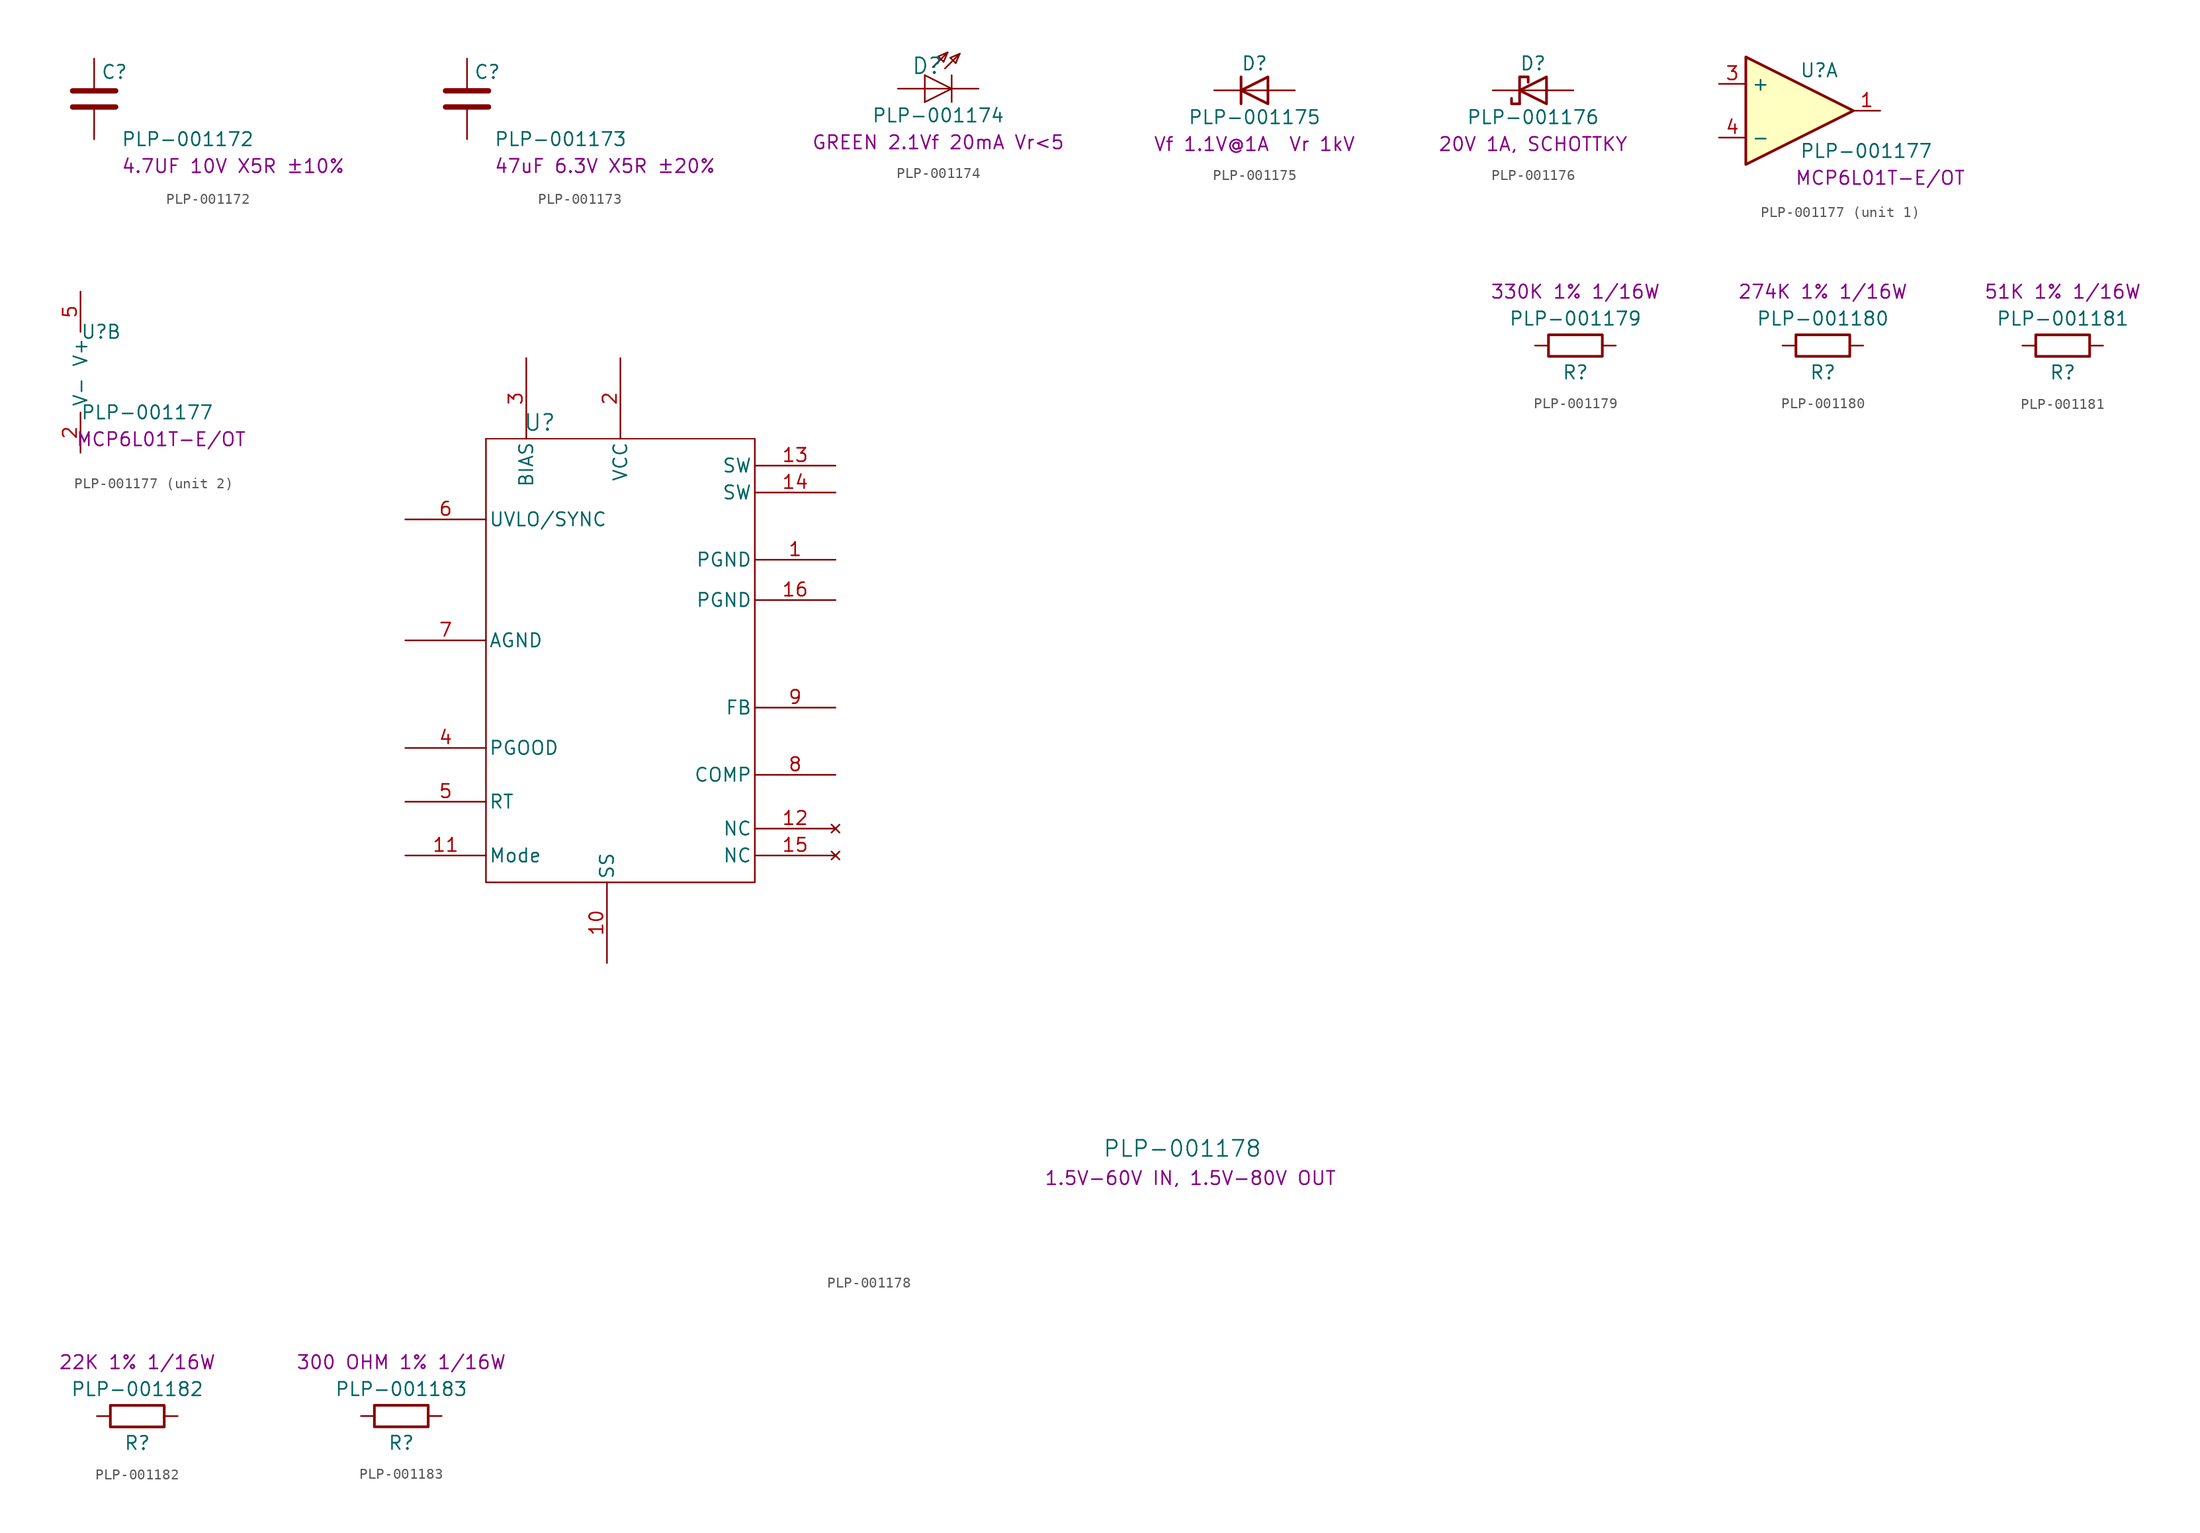
<source format=kicad_sym>
(kicad_symbol_lib
  (version 20241209)
  (generator "kicad_symbol_editor")
  (generator_version "9.0")
  (symbol "PLP-001172"
    (pin_numbers
      (hide yes))
    (pin_names
      (offset 0.254))
    (property "Reference" "C"
      (at 0.635 2.54 0)
      (effects (font (size 1.27 1.27)) (justify left)))
    (property "Value" "PLP-001172"
      (at 2.54 -3.81 0)
      (effects (font (size 1.27 1.27)) (justify left)))
    (property "Info" "4.7UF 10V X5R ±10%"
      (at 2.54 -6.35 0)
      (effects (font (size 1.27 1.27)) (justify left)))
    (symbol "PLP-001172_0_1"
      (polyline (pts (xy -2.032 0.762) (xy 2.032 0.762)) (stroke (width 0.508) (type default)) (fill (type none)))
      (polyline (pts (xy -2.032 -0.762) (xy 2.032 -0.762)) (stroke (width 0.508) (type default)) (fill (type none))))
    (symbol "PLP-001172_1_1"
      (pin passive line (at 0 3.81 270) (length 2.794) (name "~" (effects (font (size 1.27 1.27)))) (number "1" (effects (font (size 1.27 1.27)))))
      (pin passive line (at 0 -3.81 90) (length 2.794) (name "~" (effects (font (size 1.27 1.27)))) (number "2" (effects (font (size 1.27 1.27)))))))
  (symbol "PLP-001173"
    (pin_numbers
      (hide yes))
    (pin_names
      (offset 0.254))
    (property "Reference" "C"
      (at 0.635 2.54 0)
      (effects (font (size 1.27 1.27)) (justify left)))
    (property "Value" "PLP-001173"
      (at 2.54 -3.81 0)
      (effects (font (size 1.27 1.27)) (justify left)))
    (property "Info" "47uF 6.3V X5R ±20%"
      (at 2.54 -6.35 0)
      (effects (font (size 1.27 1.27)) (justify left)))
    (symbol "PLP-001173_0_1"
      (polyline (pts (xy -2.032 0.762) (xy 2.032 0.762)) (stroke (width 0.508) (type default)) (fill (type none)))
      (polyline (pts (xy -2.032 -0.762) (xy 2.032 -0.762)) (stroke (width 0.508) (type default)) (fill (type none))))
    (symbol "PLP-001173_1_1"
      (pin passive line (at 0 3.81 270) (length 2.794) (name "~" (effects (font (size 1.27 1.27)))) (number "1" (effects (font (size 1.27 1.27)))))
      (pin passive line (at 0 -3.81 90) (length 2.794) (name "~" (effects (font (size 1.27 1.27)))) (number "2" (effects (font (size 1.27 1.27)))))))
  (symbol "PLP-001174"
    (pin_names
      (offset 1.016))
    (property "Reference" "D"
      (at -3.81 8.89 0)
      (effects (font (size 1.499 1.499)) (justify left bottom)))
    (property "Value" "PLP-001174"
      (at -1.27 5.08 0)
      (effects (font (size 1.27 1.27))))
    (property "Info" "GREEN 2.1Vf 20mA Vr<5"
      (at -1.27 2.54 0)
      (effects (font (size 1.27 1.27))))
    (symbol "PLP-001174_1_0"
      (polyline (pts (xy -2.54 7.62) (xy -2.54 8.89)) (stroke (width 0) (type default)) (fill (type none)))
      (polyline (pts (xy -2.54 7.62) (xy 0 7.62)) (stroke (width 0) (type default)) (fill (type none)))
      (polyline (pts (xy -2.54 6.35) (xy -2.54 7.62)) (stroke (width 0) (type default)) (fill (type none)))
      (polyline (pts (xy -2.54 6.35) (xy 0 7.62)) (stroke (width 0) (type default)) (fill (type none)))
      (polyline (pts (xy -1.778 9.652) (xy -0.381 11.049)) (stroke (width 0) (type default)) (fill (type none)))
      (polyline (pts (xy -1.27 10.668) (xy -0.381 11.049)) (stroke (width 0) (type default)) (fill (type none)))
      (polyline (pts (xy -0.762 10.16) (xy -1.27 10.668)) (stroke (width 0) (type default)) (fill (type none)))
      (polyline (pts (xy -0.635 9.525) (xy 0.762 10.922)) (stroke (width 0) (type default)) (fill (type none)))
      (polyline (pts (xy -0.381 11.049) (xy -0.762 10.16)) (stroke (width 0) (type default)) (fill (type none)))
      (polyline (pts (xy -0.127 10.541) (xy 0.762 10.922)) (stroke (width 0) (type default)) (fill (type none)))
      (polyline (pts (xy 0 7.62) (xy -2.54 8.89)) (stroke (width 0) (type default)) (fill (type none)))
      (polyline (pts (xy 0 7.62) (xy 0 8.89)) (stroke (width 0) (type default)) (fill (type none)))
      (polyline (pts (xy 0 6.35) (xy 0 7.62)) (stroke (width 0) (type default)) (fill (type none)))
      (polyline (pts (xy 0.381 10.033) (xy -0.127 10.541)) (stroke (width 0) (type default)) (fill (type none)))
      (polyline (pts (xy 0.762 10.922) (xy 0.381 10.033)) (stroke (width 0) (type default)) (fill (type none)))
      (pin passive line (at -5.08 7.62 0) (length 2.54) (name "A" (effects (font (size 0 0)))) (number "A" (effects (font (size 0 0)))))
      (pin passive line (at 2.54 7.62 180) (length 2.54) (name "C" (effects (font (size 0 0)))) (number "C" (effects (font (size 0 0)))))))
  (symbol "PLP-001175"
    (pin_numbers
      (hide yes))
    (pin_names
      (offset 1.016)
      (hide yes))
    (property "Reference" "D"
      (at 0 2.54 0)
      (effects (font (size 1.27 1.27))))
    (property "Value" "PLP-001175"
      (at 0 -2.54 0)
      (effects (font (size 1.27 1.27))))
    (property "Info" "Vf 1.1V@1A  Vr 1kV"
      (at 0 -5.08 0)
      (effects (font (size 1.27 1.27))))
    (symbol "PLP-001175_0_1"
      (polyline (pts (xy -1.27 1.27) (xy -1.27 -1.27)) (stroke (width 0.254) (type default)) (fill (type none)))
      (polyline (pts (xy 1.27 1.27) (xy 1.27 -1.27) (xy -1.27 0) (xy 1.27 1.27)) (stroke (width 0.254) (type default)) (fill (type none)))
      (polyline (pts (xy 1.27 0) (xy -1.27 0)) (stroke (width 0) (type default)) (fill (type none))))
    (symbol "PLP-001175_1_1"
      (pin passive line (at -3.81 0 0) (length 2.54) (name "K" (effects (font (size 1.27 1.27)))) (number "1" (effects (font (size 1.27 1.27)))))
      (pin passive line (at 3.81 0 180) (length 2.54) (name "A" (effects (font (size 1.27 1.27)))) (number "2" (effects (font (size 1.27 1.27)))))))
  (symbol "PLP-001176"
    (pin_numbers
      (hide yes))
    (pin_names
      (offset 1.016)
      (hide yes))
    (property "Reference" "D"
      (at 0 2.54 0)
      (effects (font (size 1.27 1.27))))
    (property "Value" "PLP-001176"
      (at 0 -2.54 0)
      (effects (font (size 1.27 1.27))))
    (property "Info" "20V 1A, SCHOTTKY"
      (at 0 -5.08 0)
      (effects (font (size 1.27 1.27))))
    (symbol "PLP-001176_0_1"
      (polyline (pts (xy -1.27 1.27) (xy -1.27 -1.27)) (stroke (width 0.254) (type default)) (fill (type none)))
      (polyline (pts (xy -1.27 -1.27) (xy -2.032 -1.27) (xy -2.032 -0.762)) (stroke (width 0.254) (type default)) (fill (type none)))
      (polyline (pts (xy -1.219 1.27) (xy -0.457 1.27) (xy -0.457 0.762)) (stroke (width 0.254) (type default)) (fill (type none)))
      (polyline (pts (xy 1.27 1.27) (xy 1.27 -1.27) (xy -1.27 0) (xy 1.27 1.27)) (stroke (width 0.254) (type default)) (fill (type none)))
      (polyline (pts (xy 1.27 0) (xy -1.27 0)) (stroke (width 0) (type default)) (fill (type none))))
    (symbol "PLP-001176_1_1"
      (pin passive line (at -3.81 0 0) (length 2.54) (name "K" (effects (font (size 1.27 1.27)))) (number "1" (effects (font (size 1.27 1.27)))))
      (pin passive line (at 3.81 0 180) (length 2.54) (name "A" (effects (font (size 1.27 1.27)))) (number "2" (effects (font (size 1.27 1.27)))))))
  (symbol "PLP-001177"
    (property "Reference" "U"
      (at 0 3.81 0)
      (effects (font (size 1.27 1.27)) (justify left)))
    (property "Value" "PLP-001177"
      (at 0 -3.81 0)
      (effects (font (size 1.27 1.27)) (justify left)))
    (property "Info" "MCP6L01T-E/OT"
      (at 7.62 -6.35 0)
      (effects (font (size 1.27 1.27))))
    (property "ki_locked" ""
      (at 0 0 0)
      (effects (font (size 1.27 1.27))))
    (symbol "PLP-001177_1_1"
      (polyline (pts (xy -5.08 5.08) (xy 5.08 0) (xy -5.08 -5.08) (xy -5.08 5.08)) (stroke (width 0.254) (type default)) (fill (type background)))
      (pin input line (at -7.62 2.54 0) (length 2.54) (name "+" (effects (font (size 1.27 1.27)))) (number "3" (effects (font (size 1.27 1.27)))))
      (pin input line (at -7.62 -2.54 0) (length 2.54) (name "-" (effects (font (size 1.27 1.27)))) (number "4" (effects (font (size 1.27 1.27)))))
      (pin output line (at 7.62 0 180) (length 2.54) (name "~" (effects (font (size 1.27 1.27)))) (number "1" (effects (font (size 1.27 1.27))))))
    (symbol "PLP-001177_2_1"
      (pin power_in line (at 0 7.62 270) (length 3.81) (name "V+" (effects (font (size 1.27 1.27)))) (number "5" (effects (font (size 1.27 1.27)))))
      (pin power_in line (at 0 -7.62 90) (length 3.81) (name "V-" (effects (font (size 1.27 1.27)))) (number "2" (effects (font (size 1.27 1.27)))))))
  (symbol "PLP-001178"
    (pin_names
      (offset 0.254))
    (property "Reference" "U"
      (at 12.7 6.604 0)
      (effects (font (size 1.524 1.524))))
    (property "Value" "PLP-001178"
      (at 73.406 -61.976 0)
      (effects (font (size 1.524 1.524))))
    (property "Info" "1.5V-60V IN, 1.5V-80V OUT"
      (at 74.168 -64.77 0)
      (effects (font (size 1.27 1.27))))
    (symbol "PLP-001178_0_1"
      (polyline (pts (xy 7.62 5.08) (xy 7.62 -36.83) (xy 33.02 -36.83) (xy 33.02 5.08)) (stroke (width 0) (type default)) (fill (type none)))
      (polyline (pts (xy 33.02 5.08) (xy 7.62 5.08)) (stroke (width 0.127) (type default)) (fill (type none)))
      (pin unspecified line (at 0 -2.54 0) (length 7.62) (name "UVLO/SYNC" (effects (font (size 1.27 1.27)))) (number "6" (effects (font (size 1.27 1.27)))))
      (pin unspecified line (at 0 -13.97 0) (length 7.62) (name "AGND" (effects (font (size 1.27 1.27)))) (number "7" (effects (font (size 1.27 1.27)))))
      (pin unspecified line (at 0 -24.13 0) (length 7.62) (name "PGOOD" (effects (font (size 1.27 1.27)))) (number "4" (effects (font (size 1.27 1.27)))))
      (pin unspecified line (at 0 -29.21 0) (length 7.62) (name "RT" (effects (font (size 1.27 1.27)))) (number "5" (effects (font (size 1.27 1.27)))))
      (pin unspecified line (at 0 -34.29 0) (length 7.62) (name "Mode" (effects (font (size 1.27 1.27)))) (number "11" (effects (font (size 1.27 1.27)))))
      (pin unspecified line (at 11.43 12.7 270) (length 7.62) (name "BIAS" (effects (font (size 1.27 1.27)))) (number "3" (effects (font (size 1.27 1.27)))))
      (pin unspecified line (at 19.05 -44.45 90) (length 7.62) (name "SS" (effects (font (size 1.27 1.27)))) (number "10" (effects (font (size 1.27 1.27)))))
      (pin unspecified line (at 20.32 12.7 270) (length 7.62) (name "VCC" (effects (font (size 1.27 1.27)))) (number "2" (effects (font (size 1.27 1.27)))))
      (pin unspecified line (at 40.64 2.54 180) (length 7.62) (name "SW" (effects (font (size 1.27 1.27)))) (number "13" (effects (font (size 1.27 1.27)))))
      (pin unspecified line (at 40.64 0 180) (length 7.62) (name "SW" (effects (font (size 1.27 1.27)))) (number "14" (effects (font (size 1.27 1.27)))))
      (pin power_out line (at 40.64 -6.35 180) (length 7.62) (name "PGND" (effects (font (size 1.27 1.27)))) (number "1" (effects (font (size 1.27 1.27)))))
      (pin power_out line (at 40.64 -10.16 180) (length 7.62) (name "PGND" (effects (font (size 1.27 1.27)))) (number "16" (effects (font (size 1.27 1.27)))))
      (pin unspecified line (at 40.64 -20.32 180) (length 7.62) (name "FB" (effects (font (size 1.27 1.27)))) (number "9" (effects (font (size 1.27 1.27)))))
      (pin unspecified line (at 40.64 -26.67 180) (length 7.62) (name "COMP" (effects (font (size 1.27 1.27)))) (number "8" (effects (font (size 1.27 1.27)))))
      (pin no_connect line (at 40.64 -31.75 180) (length 7.62) (name "NC" (effects (font (size 1.27 1.27)))) (number "12" (effects (font (size 1.27 1.27)))))
      (pin no_connect line (at 40.64 -34.29 180) (length 7.62) (name "NC" (effects (font (size 1.27 1.27)))) (number "15" (effects (font (size 1.27 1.27)))))))
  (symbol "PLP-001179"
    (pin_numbers
      (hide yes))
    (pin_names
      (offset 0))
    (property "Reference" "R"
      (at 2.54 -5.08 0)
      (effects (font (size 1.27 1.27))))
    (property "Value" "PLP-001179"
      (at 2.54 0 0)
      (effects (font (size 1.27 1.27))))
    (property "Info" "330K 1% 1/16W"
      (at 2.54 2.54 0)
      (effects (font (size 1.27 1.27))))
    (symbol "PLP-001179_0_1"
      (rectangle (start 5.08 -3.556) (end 0 -1.524) (stroke (width 0.254) (type default)) (fill (type none))))
    (symbol "PLP-001179_1_1"
      (pin passive line (at -1.27 -2.54 0) (length 1.27) (name "~" (effects (font (size 1.27 1.27)))) (number "1" (effects (font (size 1.27 1.27)))))
      (pin passive line (at 6.35 -2.54 180) (length 1.27) (name "~" (effects (font (size 1.27 1.27)))) (number "2" (effects (font (size 1.27 1.27)))))))
  (symbol "PLP-001180"
    (pin_numbers
      (hide yes))
    (pin_names
      (offset 0))
    (property "Reference" "R"
      (at 2.54 -5.08 0)
      (effects (font (size 1.27 1.27))))
    (property "Value" "PLP-001180"
      (at 2.54 0 0)
      (effects (font (size 1.27 1.27))))
    (property "Info" "274K 1% 1/16W"
      (at 2.54 2.54 0)
      (effects (font (size 1.27 1.27))))
    (symbol "PLP-001180_0_1"
      (rectangle (start 5.08 -3.556) (end 0 -1.524) (stroke (width 0.254) (type default)) (fill (type none))))
    (symbol "PLP-001180_1_1"
      (pin passive line (at -1.27 -2.54 0) (length 1.27) (name "~" (effects (font (size 1.27 1.27)))) (number "1" (effects (font (size 1.27 1.27)))))
      (pin passive line (at 6.35 -2.54 180) (length 1.27) (name "~" (effects (font (size 1.27 1.27)))) (number "2" (effects (font (size 1.27 1.27)))))))
  (symbol "PLP-001181"
    (pin_numbers
      (hide yes))
    (pin_names
      (offset 0))
    (property "Reference" "R"
      (at 2.54 -5.08 0)
      (effects (font (size 1.27 1.27))))
    (property "Value" "PLP-001181"
      (at 2.54 0 0)
      (effects (font (size 1.27 1.27))))
    (property "Info" "51K 1% 1/16W"
      (at 2.54 2.54 0)
      (effects (font (size 1.27 1.27))))
    (symbol "PLP-001181_0_1"
      (rectangle (start 5.08 -3.556) (end 0 -1.524) (stroke (width 0.254) (type default)) (fill (type none))))
    (symbol "PLP-001181_1_1"
      (pin passive line (at -1.27 -2.54 0) (length 1.27) (name "~" (effects (font (size 1.27 1.27)))) (number "1" (effects (font (size 1.27 1.27)))))
      (pin passive line (at 6.35 -2.54 180) (length 1.27) (name "~" (effects (font (size 1.27 1.27)))) (number "2" (effects (font (size 1.27 1.27)))))))
  (symbol "PLP-001182"
    (pin_numbers
      (hide yes))
    (pin_names
      (offset 0))
    (property "Reference" "R"
      (at 2.54 -5.08 0)
      (effects (font (size 1.27 1.27))))
    (property "Value" "PLP-001182"
      (at 2.54 0 0)
      (effects (font (size 1.27 1.27))))
    (property "Info" "22K 1% 1/16W"
      (at 2.54 2.54 0)
      (effects (font (size 1.27 1.27))))
    (symbol "PLP-001182_0_1"
      (rectangle (start 5.08 -3.556) (end 0 -1.524) (stroke (width 0.254) (type default)) (fill (type none))))
    (symbol "PLP-001182_1_1"
      (pin passive line (at -1.27 -2.54 0) (length 1.27) (name "~" (effects (font (size 1.27 1.27)))) (number "1" (effects (font (size 1.27 1.27)))))
      (pin passive line (at 6.35 -2.54 180) (length 1.27) (name "~" (effects (font (size 1.27 1.27)))) (number "2" (effects (font (size 1.27 1.27)))))))
  (symbol "PLP-001183"
    (pin_numbers
      (hide yes))
    (pin_names
      (offset 0))
    (property "Reference" "R"
      (at 2.54 -5.08 0)
      (effects (font (size 1.27 1.27))))
    (property "Value" "PLP-001183"
      (at 2.54 0 0)
      (effects (font (size 1.27 1.27))))
    (property "Info" "300 OHM 1% 1/16W"
      (at 2.54 2.54 0)
      (effects (font (size 1.27 1.27))))
    (symbol "PLP-001183_0_1"
      (rectangle (start 5.08 -3.556) (end 0 -1.524) (stroke (width 0.254) (type default)) (fill (type none))))
    (symbol "PLP-001183_1_1"
      (pin passive line (at -1.27 -2.54 0) (length 1.27) (name "~" (effects (font (size 1.27 1.27)))) (number "1" (effects (font (size 1.27 1.27)))))
      (pin passive line (at 6.35 -2.54 180) (length 1.27) (name "~" (effects (font (size 1.27 1.27)))) (number "2" (effects (font (size 1.27 1.27))))))))
</source>
